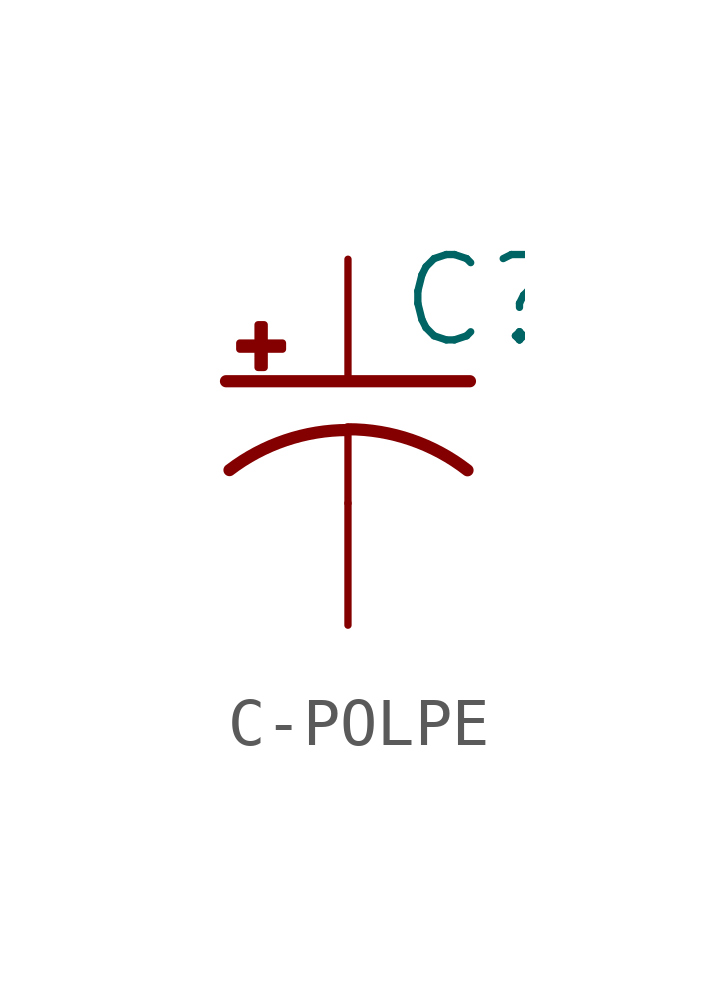
<source format=kicad_sym>
(kicad_symbol_lib
  (version 20231120)
  (generator "kicad_symbol_editor")
  (generator_version "8.0")
  (symbol "C-POLPE"
    (property "Reference" "C"
      (at 1.016 0.635 0)
      (effects (font (size 1.778 1.778)) (justify left bottom)))
    (property "Value" ""
      (at 1.016 -4.191 0)
      (effects (font (size 1.778 1.778)) (justify left bottom)))
    (property "ki_locked" ""
      (at 0 0 0)
      (effects (font (size 1.27 1.27))))
    (symbol "C-POLPE_1_0"
      (rectangle (start -2.253 0.668) (end -1.364 0.795) (stroke (width 0) (type default)) (fill (type outline)))
      (rectangle (start -1.872 0.287) (end -1.745 1.176) (stroke (width 0) (type default)) (fill (type outline)))
      (arc (start 0 -1.0161) (mid -1.3021 -1.2303) (end -2.4669 -1.8504) (stroke (width 0.254) (type solid)) (fill (type none)))
      (polyline (pts (xy -2.54 0) (xy 2.54 0)) (stroke (width 0.254) (type solid)) (fill (type none)))
      (polyline (pts (xy 0 -1.016) (xy 0 -2.54)) (stroke (width 0.152) (type solid)) (fill (type none)))
      (arc (start 2.4892 -1.8541) (mid 1.3158 -1.2194) (end 0 -1) (stroke (width 0.254) (type solid)) (fill (type none)))
      (pin passive line (at 0 2.54 270) (length 2.54) (name "+" (effects (font (size 0 0)))) (number "+" (effects (font (size 0 0)))))
      (pin passive line (at 0 -5.08 90) (length 2.54) (name "-" (effects (font (size 0 0)))) (number "-" (effects (font (size 0 0))))))))
</source>
